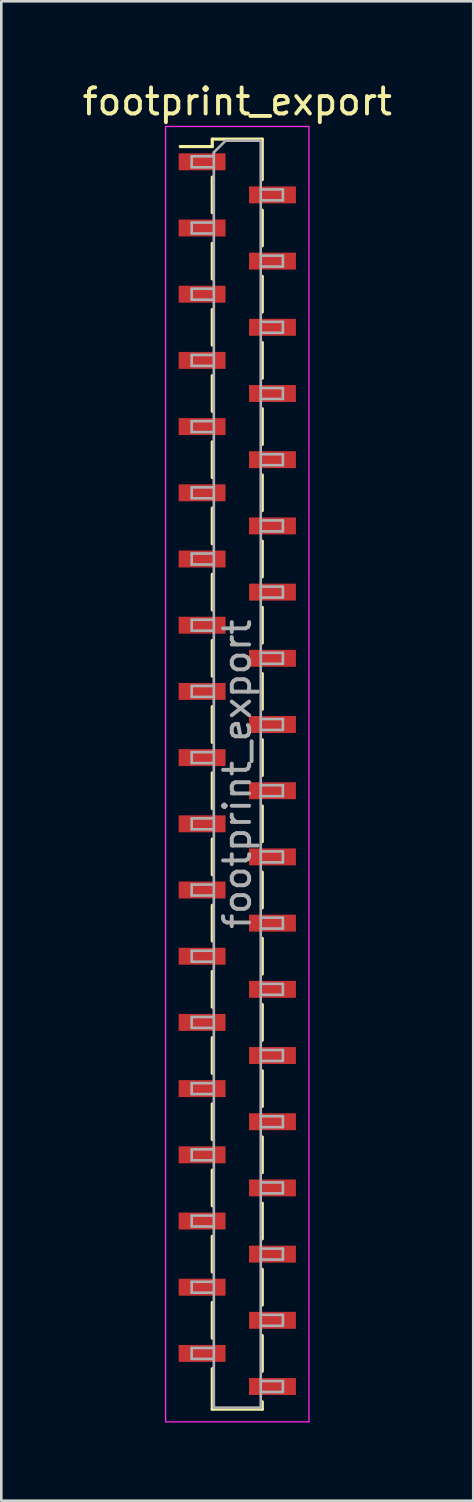
<source format=kicad_pcb>
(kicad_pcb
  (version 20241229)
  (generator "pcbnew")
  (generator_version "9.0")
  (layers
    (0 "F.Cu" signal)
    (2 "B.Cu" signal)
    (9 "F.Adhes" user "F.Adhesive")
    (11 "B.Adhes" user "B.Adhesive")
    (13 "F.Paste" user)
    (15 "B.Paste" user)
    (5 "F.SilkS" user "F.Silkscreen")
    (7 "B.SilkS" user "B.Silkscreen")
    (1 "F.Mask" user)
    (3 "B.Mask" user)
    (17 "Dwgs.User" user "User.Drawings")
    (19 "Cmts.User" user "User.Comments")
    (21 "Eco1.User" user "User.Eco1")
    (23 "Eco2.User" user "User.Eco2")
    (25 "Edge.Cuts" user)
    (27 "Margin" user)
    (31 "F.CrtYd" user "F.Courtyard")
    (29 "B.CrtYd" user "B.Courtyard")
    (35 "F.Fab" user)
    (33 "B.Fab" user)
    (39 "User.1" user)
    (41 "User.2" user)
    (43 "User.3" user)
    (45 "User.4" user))
  (footprint "footprint_export"
    (layer "F.Cu")
    (at 6.054 26.653)
    (property "Reference" "footprint_export" (at 0 -25.805 0) (layer "F.SilkS") (effects (font (size 1 1) (thickness 0.15))))
    (attr smd)
    (fp_line (start -2.19 -24.08) (end -0.96 -24.08) (stroke (width 0.12) (type solid)) (layer "F.SilkS"))
    (fp_line (start -0.96 -24.365) (end -0.96 -24.08) (stroke (width 0.12) (type solid)) (layer "F.SilkS"))
    (fp_line (start -0.96 -24.365) (end 0.96 -24.365) (stroke (width 0.12) (type solid)) (layer "F.SilkS"))
    (fp_line (start -0.96 -22.91) (end -0.96 -21.54) (stroke (width 0.12) (type solid)) (layer "F.SilkS"))
    (fp_line (start -0.96 -20.37) (end -0.96 -19) (stroke (width 0.12) (type solid)) (layer "F.SilkS"))
    (fp_line (start -0.96 -17.83) (end -0.96 -16.46) (stroke (width 0.12) (type solid)) (layer "F.SilkS"))
    (fp_line (start -0.96 -15.29) (end -0.96 -13.92) (stroke (width 0.12) (type solid)) (layer "F.SilkS"))
    (fp_line (start -0.96 -12.75) (end -0.96 -11.38) (stroke (width 0.12) (type solid)) (layer "F.SilkS"))
    (fp_line (start -0.96 -10.21) (end -0.96 -8.84) (stroke (width 0.12) (type solid)) (layer "F.SilkS"))
    (fp_line (start -0.96 -7.67) (end -0.96 -6.3) (stroke (width 0.12) (type solid)) (layer "F.SilkS"))
    (fp_line (start -0.96 -5.13) (end -0.96 -3.76) (stroke (width 0.12) (type solid)) (layer "F.SilkS"))
    (fp_line (start -0.96 -2.59) (end -0.96 -1.22) (stroke (width 0.12) (type solid)) (layer "F.SilkS"))
    (fp_line (start -0.96 -0.05) (end -0.96 1.32) (stroke (width 0.12) (type solid)) (layer "F.SilkS"))
    (fp_line (start -0.96 2.49) (end -0.96 3.86) (stroke (width 0.12) (type solid)) (layer "F.SilkS"))
    (fp_line (start -0.96 5.03) (end -0.96 6.4) (stroke (width 0.12) (type solid)) (layer "F.SilkS"))
    (fp_line (start -0.96 7.57) (end -0.96 8.94) (stroke (width 0.12) (type solid)) (layer "F.SilkS"))
    (fp_line (start -0.96 10.11) (end -0.96 11.48) (stroke (width 0.12) (type solid)) (layer "F.SilkS"))
    (fp_line (start -0.96 12.65) (end -0.96 14.02) (stroke (width 0.12) (type solid)) (layer "F.SilkS"))
    (fp_line (start -0.96 15.19) (end -0.96 16.56) (stroke (width 0.12) (type solid)) (layer "F.SilkS"))
    (fp_line (start -0.96 17.73) (end -0.96 19.1) (stroke (width 0.12) (type solid)) (layer "F.SilkS"))
    (fp_line (start -0.96 20.27) (end -0.96 21.64) (stroke (width 0.12) (type solid)) (layer "F.SilkS"))
    (fp_line (start -0.96 22.81) (end -0.96 24.365) (stroke (width 0.12) (type solid)) (layer "F.SilkS"))
    (fp_line (start -0.96 24.365) (end 0.96 24.365) (stroke (width 0.12) (type solid)) (layer "F.SilkS"))
    (fp_line (start 0.96 -24.365) (end 0.96 -22.81) (stroke (width 0.12) (type solid)) (layer "F.SilkS"))
    (fp_line (start 0.96 -21.64) (end 0.96 -20.27) (stroke (width 0.12) (type solid)) (layer "F.SilkS"))
    (fp_line (start 0.96 -19.1) (end 0.96 -17.73) (stroke (width 0.12) (type solid)) (layer "F.SilkS"))
    (fp_line (start 0.96 -16.56) (end 0.96 -15.19) (stroke (width 0.12) (type solid)) (layer "F.SilkS"))
    (fp_line (start 0.96 -14.02) (end 0.96 -12.65) (stroke (width 0.12) (type solid)) (layer "F.SilkS"))
    (fp_line (start 0.96 -11.48) (end 0.96 -10.11) (stroke (width 0.12) (type solid)) (layer "F.SilkS"))
    (fp_line (start 0.96 -8.94) (end 0.96 -7.57) (stroke (width 0.12) (type solid)) (layer "F.SilkS"))
    (fp_line (start 0.96 -6.4) (end 0.96 -5.03) (stroke (width 0.12) (type solid)) (layer "F.SilkS"))
    (fp_line (start 0.96 -3.86) (end 0.96 -2.49) (stroke (width 0.12) (type solid)) (layer "F.SilkS"))
    (fp_line (start 0.96 -1.32) (end 0.96 0.05) (stroke (width 0.12) (type solid)) (layer "F.SilkS"))
    (fp_line (start 0.96 1.22) (end 0.96 2.59) (stroke (width 0.12) (type solid)) (layer "F.SilkS"))
    (fp_line (start 0.96 3.76) (end 0.96 5.13) (stroke (width 0.12) (type solid)) (layer "F.SilkS"))
    (fp_line (start 0.96 6.3) (end 0.96 7.67) (stroke (width 0.12) (type solid)) (layer "F.SilkS"))
    (fp_line (start 0.96 8.84) (end 0.96 10.21) (stroke (width 0.12) (type solid)) (layer "F.SilkS"))
    (fp_line (start 0.96 11.38) (end 0.96 12.75) (stroke (width 0.12) (type solid)) (layer "F.SilkS"))
    (fp_line (start 0.96 13.92) (end 0.96 15.29) (stroke (width 0.12) (type solid)) (layer "F.SilkS"))
    (fp_line (start 0.96 16.46) (end 0.96 17.83) (stroke (width 0.12) (type solid)) (layer "F.SilkS"))
    (fp_line (start 0.96 19) (end 0.96 20.37) (stroke (width 0.12) (type solid)) (layer "F.SilkS"))
    (fp_line (start 0.96 21.54) (end 0.96 22.91) (stroke (width 0.12) (type solid)) (layer "F.SilkS"))
    (fp_line (start 0.96 24.08) (end 0.96 24.365) (stroke (width 0.12) (type solid)) (layer "F.SilkS"))
    (fp_line (start -2.75 -24.85) (end 2.75 -24.85) (stroke (width 0.05) (type solid)) (layer "F.CrtYd"))
    (fp_line (start -2.75 24.85) (end -2.75 -24.85) (stroke (width 0.05) (type solid)) (layer "F.CrtYd"))
    (fp_line (start 2.75 -24.85) (end 2.75 24.85) (stroke (width 0.05) (type solid)) (layer "F.CrtYd"))
    (fp_line (start 2.75 24.85) (end -2.75 24.85) (stroke (width 0.05) (type solid)) (layer "F.CrtYd"))
    (fp_line (start -1.75 -23.705) (end -0.9 -23.705) (stroke (width 0.1) (type solid)) (layer "F.Fab"))
    (fp_line (start -1.75 -23.285) (end -1.75 -23.705) (stroke (width 0.1) (type solid)) (layer "F.Fab"))
    (fp_line (start -1.75 -21.165) (end -0.9 -21.165) (stroke (width 0.1) (type solid)) (layer "F.Fab"))
    (fp_line (start -1.75 -20.745) (end -1.75 -21.165) (stroke (width 0.1) (type solid)) (layer "F.Fab"))
    (fp_line (start -1.75 -18.625) (end -0.9 -18.625) (stroke (width 0.1) (type solid)) (layer "F.Fab"))
    (fp_line (start -1.75 -18.205) (end -1.75 -18.625) (stroke (width 0.1) (type solid)) (layer "F.Fab"))
    (fp_line (start -1.75 -16.085) (end -0.9 -16.085) (stroke (width 0.1) (type solid)) (layer "F.Fab"))
    (fp_line (start -1.75 -15.665) (end -1.75 -16.085) (stroke (width 0.1) (type solid)) (layer "F.Fab"))
    (fp_line (start -1.75 -13.545) (end -0.9 -13.545) (stroke (width 0.1) (type solid)) (layer "F.Fab"))
    (fp_line (start -1.75 -13.125) (end -1.75 -13.545) (stroke (width 0.1) (type solid)) (layer "F.Fab"))
    (fp_line (start -1.75 -11.005) (end -0.9 -11.005) (stroke (width 0.1) (type solid)) (layer "F.Fab"))
    (fp_line (start -1.75 -10.585) (end -1.75 -11.005) (stroke (width 0.1) (type solid)) (layer "F.Fab"))
    (fp_line (start -1.75 -8.465) (end -0.9 -8.465) (stroke (width 0.1) (type solid)) (layer "F.Fab"))
    (fp_line (start -1.75 -8.045) (end -1.75 -8.465) (stroke (width 0.1) (type solid)) (layer "F.Fab"))
    (fp_line (start -1.75 -5.925) (end -0.9 -5.925) (stroke (width 0.1) (type solid)) (layer "F.Fab"))
    (fp_line (start -1.75 -5.505) (end -1.75 -5.925) (stroke (width 0.1) (type solid)) (layer "F.Fab"))
    (fp_line (start -1.75 -3.385) (end -0.9 -3.385) (stroke (width 0.1) (type solid)) (layer "F.Fab"))
    (fp_line (start -1.75 -2.965) (end -1.75 -3.385) (stroke (width 0.1) (type solid)) (layer "F.Fab"))
    (fp_line (start -1.75 -0.845) (end -0.9 -0.845) (stroke (width 0.1) (type solid)) (layer "F.Fab"))
    (fp_line (start -1.75 -0.425) (end -1.75 -0.845) (stroke (width 0.1) (type solid)) (layer "F.Fab"))
    (fp_line (start -1.75 1.695) (end -0.9 1.695) (stroke (width 0.1) (type solid)) (layer "F.Fab"))
    (fp_line (start -1.75 2.115) (end -1.75 1.695) (stroke (width 0.1) (type solid)) (layer "F.Fab"))
    (fp_line (start -1.75 4.235) (end -0.9 4.235) (stroke (width 0.1) (type solid)) (layer "F.Fab"))
    (fp_line (start -1.75 4.655) (end -1.75 4.235) (stroke (width 0.1) (type solid)) (layer "F.Fab"))
    (fp_line (start -1.75 6.775) (end -0.9 6.775) (stroke (width 0.1) (type solid)) (layer "F.Fab"))
    (fp_line (start -1.75 7.195) (end -1.75 6.775) (stroke (width 0.1) (type solid)) (layer "F.Fab"))
    (fp_line (start -1.75 9.315) (end -0.9 9.315) (stroke (width 0.1) (type solid)) (layer "F.Fab"))
    (fp_line (start -1.75 9.735) (end -1.75 9.315) (stroke (width 0.1) (type solid)) (layer "F.Fab"))
    (fp_line (start -1.75 11.855) (end -0.9 11.855) (stroke (width 0.1) (type solid)) (layer "F.Fab"))
    (fp_line (start -1.75 12.275) (end -1.75 11.855) (stroke (width 0.1) (type solid)) (layer "F.Fab"))
    (fp_line (start -1.75 14.395) (end -0.9 14.395) (stroke (width 0.1) (type solid)) (layer "F.Fab"))
    (fp_line (start -1.75 14.815) (end -1.75 14.395) (stroke (width 0.1) (type solid)) (layer "F.Fab"))
    (fp_line (start -1.75 16.935) (end -0.9 16.935) (stroke (width 0.1) (type solid)) (layer "F.Fab"))
    (fp_line (start -1.75 17.355) (end -1.75 16.935) (stroke (width 0.1) (type solid)) (layer "F.Fab"))
    (fp_line (start -1.75 19.475) (end -0.9 19.475) (stroke (width 0.1) (type solid)) (layer "F.Fab"))
    (fp_line (start -1.75 19.895) (end -1.75 19.475) (stroke (width 0.1) (type solid)) (layer "F.Fab"))
    (fp_line (start -1.75 22.015) (end -0.9 22.015) (stroke (width 0.1) (type solid)) (layer "F.Fab"))
    (fp_line (start -1.75 22.435) (end -1.75 22.015) (stroke (width 0.1) (type solid)) (layer "F.Fab"))
    (fp_line (start -0.9 -23.855) (end -0.45 -24.305) (stroke (width 0.1) (type solid)) (layer "F.Fab"))
    (fp_line (start -0.9 -23.285) (end -1.75 -23.285) (stroke (width 0.1) (type solid)) (layer "F.Fab"))
    (fp_line (start -0.9 -20.745) (end -1.75 -20.745) (stroke (width 0.1) (type solid)) (layer "F.Fab"))
    (fp_line (start -0.9 -18.205) (end -1.75 -18.205) (stroke (width 0.1) (type solid)) (layer "F.Fab"))
    (fp_line (start -0.9 -15.665) (end -1.75 -15.665) (stroke (width 0.1) (type solid)) (layer "F.Fab"))
    (fp_line (start -0.9 -13.125) (end -1.75 -13.125) (stroke (width 0.1) (type solid)) (layer "F.Fab"))
    (fp_line (start -0.9 -10.585) (end -1.75 -10.585) (stroke (width 0.1) (type solid)) (layer "F.Fab"))
    (fp_line (start -0.9 -8.045) (end -1.75 -8.045) (stroke (width 0.1) (type solid)) (layer "F.Fab"))
    (fp_line (start -0.9 -5.505) (end -1.75 -5.505) (stroke (width 0.1) (type solid)) (layer "F.Fab"))
    (fp_line (start -0.9 -2.965) (end -1.75 -2.965) (stroke (width 0.1) (type solid)) (layer "F.Fab"))
    (fp_line (start -0.9 -0.425) (end -1.75 -0.425) (stroke (width 0.1) (type solid)) (layer "F.Fab"))
    (fp_line (start -0.9 2.115) (end -1.75 2.115) (stroke (width 0.1) (type solid)) (layer "F.Fab"))
    (fp_line (start -0.9 4.655) (end -1.75 4.655) (stroke (width 0.1) (type solid)) (layer "F.Fab"))
    (fp_line (start -0.9 7.195) (end -1.75 7.195) (stroke (width 0.1) (type solid)) (layer "F.Fab"))
    (fp_line (start -0.9 9.735) (end -1.75 9.735) (stroke (width 0.1) (type solid)) (layer "F.Fab"))
    (fp_line (start -0.9 12.275) (end -1.75 12.275) (stroke (width 0.1) (type solid)) (layer "F.Fab"))
    (fp_line (start -0.9 14.815) (end -1.75 14.815) (stroke (width 0.1) (type solid)) (layer "F.Fab"))
    (fp_line (start -0.9 17.355) (end -1.75 17.355) (stroke (width 0.1) (type solid)) (layer "F.Fab"))
    (fp_line (start -0.9 19.895) (end -1.75 19.895) (stroke (width 0.1) (type solid)) (layer "F.Fab"))
    (fp_line (start -0.9 22.435) (end -1.75 22.435) (stroke (width 0.1) (type solid)) (layer "F.Fab"))
    (fp_line (start -0.9 24.305) (end -0.9 -23.855) (stroke (width 0.1) (type solid)) (layer "F.Fab"))
    (fp_line (start -0.45 -24.305) (end 0.9 -24.305) (stroke (width 0.1) (type solid)) (layer "F.Fab"))
    (fp_line (start 0.9 -24.305) (end 0.9 24.305) (stroke (width 0.1) (type solid)) (layer "F.Fab"))
    (fp_line (start 0.9 -22.435) (end 1.75 -22.435) (stroke (width 0.1) (type solid)) (layer "F.Fab"))
    (fp_line (start 0.9 -19.895) (end 1.75 -19.895) (stroke (width 0.1) (type solid)) (layer "F.Fab"))
    (fp_line (start 0.9 -17.355) (end 1.75 -17.355) (stroke (width 0.1) (type solid)) (layer "F.Fab"))
    (fp_line (start 0.9 -14.815) (end 1.75 -14.815) (stroke (width 0.1) (type solid)) (layer "F.Fab"))
    (fp_line (start 0.9 -12.275) (end 1.75 -12.275) (stroke (width 0.1) (type solid)) (layer "F.Fab"))
    (fp_line (start 0.9 -9.735) (end 1.75 -9.735) (stroke (width 0.1) (type solid)) (layer "F.Fab"))
    (fp_line (start 0.9 -7.195) (end 1.75 -7.195) (stroke (width 0.1) (type solid)) (layer "F.Fab"))
    (fp_line (start 0.9 -4.655) (end 1.75 -4.655) (stroke (width 0.1) (type solid)) (layer "F.Fab"))
    (fp_line (start 0.9 -2.115) (end 1.75 -2.115) (stroke (width 0.1) (type solid)) (layer "F.Fab"))
    (fp_line (start 0.9 0.425) (end 1.75 0.425) (stroke (width 0.1) (type solid)) (layer "F.Fab"))
    (fp_line (start 0.9 2.965) (end 1.75 2.965) (stroke (width 0.1) (type solid)) (layer "F.Fab"))
    (fp_line (start 0.9 5.505) (end 1.75 5.505) (stroke (width 0.1) (type solid)) (layer "F.Fab"))
    (fp_line (start 0.9 8.045) (end 1.75 8.045) (stroke (width 0.1) (type solid)) (layer "F.Fab"))
    (fp_line (start 0.9 10.585) (end 1.75 10.585) (stroke (width 0.1) (type solid)) (layer "F.Fab"))
    (fp_line (start 0.9 13.125) (end 1.75 13.125) (stroke (width 0.1) (type solid)) (layer "F.Fab"))
    (fp_line (start 0.9 15.665) (end 1.75 15.665) (stroke (width 0.1) (type solid)) (layer "F.Fab"))
    (fp_line (start 0.9 18.205) (end 1.75 18.205) (stroke (width 0.1) (type solid)) (layer "F.Fab"))
    (fp_line (start 0.9 20.745) (end 1.75 20.745) (stroke (width 0.1) (type solid)) (layer "F.Fab"))
    (fp_line (start 0.9 23.285) (end 1.75 23.285) (stroke (width 0.1) (type solid)) (layer "F.Fab"))
    (fp_line (start 0.9 24.305) (end -0.9 24.305) (stroke (width 0.1) (type solid)) (layer "F.Fab"))
    (fp_line (start 1.75 -22.435) (end 1.75 -22.015) (stroke (width 0.1) (type solid)) (layer "F.Fab"))
    (fp_line (start 1.75 -22.015) (end 0.9 -22.015) (stroke (width 0.1) (type solid)) (layer "F.Fab"))
    (fp_line (start 1.75 -19.895) (end 1.75 -19.475) (stroke (width 0.1) (type solid)) (layer "F.Fab"))
    (fp_line (start 1.75 -19.475) (end 0.9 -19.475) (stroke (width 0.1) (type solid)) (layer "F.Fab"))
    (fp_line (start 1.75 -17.355) (end 1.75 -16.935) (stroke (width 0.1) (type solid)) (layer "F.Fab"))
    (fp_line (start 1.75 -16.935) (end 0.9 -16.935) (stroke (width 0.1) (type solid)) (layer "F.Fab"))
    (fp_line (start 1.75 -14.815) (end 1.75 -14.395) (stroke (width 0.1) (type solid)) (layer "F.Fab"))
    (fp_line (start 1.75 -14.395) (end 0.9 -14.395) (stroke (width 0.1) (type solid)) (layer "F.Fab"))
    (fp_line (start 1.75 -12.275) (end 1.75 -11.855) (stroke (width 0.1) (type solid)) (layer "F.Fab"))
    (fp_line (start 1.75 -11.855) (end 0.9 -11.855) (stroke (width 0.1) (type solid)) (layer "F.Fab"))
    (fp_line (start 1.75 -9.735) (end 1.75 -9.315) (stroke (width 0.1) (type solid)) (layer "F.Fab"))
    (fp_line (start 1.75 -9.315) (end 0.9 -9.315) (stroke (width 0.1) (type solid)) (layer "F.Fab"))
    (fp_line (start 1.75 -7.195) (end 1.75 -6.775) (stroke (width 0.1) (type solid)) (layer "F.Fab"))
    (fp_line (start 1.75 -6.775) (end 0.9 -6.775) (stroke (width 0.1) (type solid)) (layer "F.Fab"))
    (fp_line (start 1.75 -4.655) (end 1.75 -4.235) (stroke (width 0.1) (type solid)) (layer "F.Fab"))
    (fp_line (start 1.75 -4.235) (end 0.9 -4.235) (stroke (width 0.1) (type solid)) (layer "F.Fab"))
    (fp_line (start 1.75 -2.115) (end 1.75 -1.695) (stroke (width 0.1) (type solid)) (layer "F.Fab"))
    (fp_line (start 1.75 -1.695) (end 0.9 -1.695) (stroke (width 0.1) (type solid)) (layer "F.Fab"))
    (fp_line (start 1.75 0.425) (end 1.75 0.845) (stroke (width 0.1) (type solid)) (layer "F.Fab"))
    (fp_line (start 1.75 0.845) (end 0.9 0.845) (stroke (width 0.1) (type solid)) (layer "F.Fab"))
    (fp_line (start 1.75 2.965) (end 1.75 3.385) (stroke (width 0.1) (type solid)) (layer "F.Fab"))
    (fp_line (start 1.75 3.385) (end 0.9 3.385) (stroke (width 0.1) (type solid)) (layer "F.Fab"))
    (fp_line (start 1.75 5.505) (end 1.75 5.925) (stroke (width 0.1) (type solid)) (layer "F.Fab"))
    (fp_line (start 1.75 5.925) (end 0.9 5.925) (stroke (width 0.1) (type solid)) (layer "F.Fab"))
    (fp_line (start 1.75 8.045) (end 1.75 8.465) (stroke (width 0.1) (type solid)) (layer "F.Fab"))
    (fp_line (start 1.75 8.465) (end 0.9 8.465) (stroke (width 0.1) (type solid)) (layer "F.Fab"))
    (fp_line (start 1.75 10.585) (end 1.75 11.005) (stroke (width 0.1) (type solid)) (layer "F.Fab"))
    (fp_line (start 1.75 11.005) (end 0.9 11.005) (stroke (width 0.1) (type solid)) (layer "F.Fab"))
    (fp_line (start 1.75 13.125) (end 1.75 13.545) (stroke (width 0.1) (type solid)) (layer "F.Fab"))
    (fp_line (start 1.75 13.545) (end 0.9 13.545) (stroke (width 0.1) (type solid)) (layer "F.Fab"))
    (fp_line (start 1.75 15.665) (end 1.75 16.085) (stroke (width 0.1) (type solid)) (layer "F.Fab"))
    (fp_line (start 1.75 16.085) (end 0.9 16.085) (stroke (width 0.1) (type solid)) (layer "F.Fab"))
    (fp_line (start 1.75 18.205) (end 1.75 18.625) (stroke (width 0.1) (type solid)) (layer "F.Fab"))
    (fp_line (start 1.75 18.625) (end 0.9 18.625) (stroke (width 0.1) (type solid)) (layer "F.Fab"))
    (fp_line (start 1.75 20.745) (end 1.75 21.165) (stroke (width 0.1) (type solid)) (layer "F.Fab"))
    (fp_line (start 1.75 21.165) (end 0.9 21.165) (stroke (width 0.1) (type solid)) (layer "F.Fab"))
    (fp_line (start 1.75 23.285) (end 1.75 23.705) (stroke (width 0.1) (type solid)) (layer "F.Fab"))
    (fp_line (start 1.75 23.705) (end 0.9 23.705) (stroke (width 0.1) (type solid)) (layer "F.Fab"))
    (fp_text user "${REFERENCE}" (at 0 0 90) (layer "F.Fab") (effects (font (size 1 1) (thickness 0.15))))
    (pad "1" smd rect (at -1.35 -23.495) (size 1.8 0.65) (layers "F.Cu" "F.Mask" "F.Paste"))
    (pad "2" smd rect (at 1.35 -22.225) (size 1.8 0.65) (layers "F.Cu" "F.Mask" "F.Paste"))
    (pad "3" smd rect (at -1.35 -20.955) (size 1.8 0.65) (layers "F.Cu" "F.Mask" "F.Paste"))
    (pad "4" smd rect (at 1.35 -19.685) (size 1.8 0.65) (layers "F.Cu" "F.Mask" "F.Paste"))
    (pad "5" smd rect (at -1.35 -18.415) (size 1.8 0.65) (layers "F.Cu" "F.Mask" "F.Paste"))
    (pad "6" smd rect (at 1.35 -17.145) (size 1.8 0.65) (layers "F.Cu" "F.Mask" "F.Paste"))
    (pad "7" smd rect (at -1.35 -15.875) (size 1.8 0.65) (layers "F.Cu" "F.Mask" "F.Paste"))
    (pad "8" smd rect (at 1.35 -14.605) (size 1.8 0.65) (layers "F.Cu" "F.Mask" "F.Paste"))
    (pad "9" smd rect (at -1.35 -13.335) (size 1.8 0.65) (layers "F.Cu" "F.Mask" "F.Paste"))
    (pad "10" smd rect (at 1.35 -12.065) (size 1.8 0.65) (layers "F.Cu" "F.Mask" "F.Paste"))
    (pad "11" smd rect (at -1.35 -10.795) (size 1.8 0.65) (layers "F.Cu" "F.Mask" "F.Paste"))
    (pad "12" smd rect (at 1.35 -9.525) (size 1.8 0.65) (layers "F.Cu" "F.Mask" "F.Paste"))
    (pad "13" smd rect (at -1.35 -8.255) (size 1.8 0.65) (layers "F.Cu" "F.Mask" "F.Paste"))
    (pad "14" smd rect (at 1.35 -6.985) (size 1.8 0.65) (layers "F.Cu" "F.Mask" "F.Paste"))
    (pad "15" smd rect (at -1.35 -5.715) (size 1.8 0.65) (layers "F.Cu" "F.Mask" "F.Paste"))
    (pad "16" smd rect (at 1.35 -4.445) (size 1.8 0.65) (layers "F.Cu" "F.Mask" "F.Paste"))
    (pad "17" smd rect (at -1.35 -3.175) (size 1.8 0.65) (layers "F.Cu" "F.Mask" "F.Paste"))
    (pad "18" smd rect (at 1.35 -1.905) (size 1.8 0.65) (layers "F.Cu" "F.Mask" "F.Paste"))
    (pad "19" smd rect (at -1.35 -0.635) (size 1.8 0.65) (layers "F.Cu" "F.Mask" "F.Paste"))
    (pad "20" smd rect (at 1.35 0.635) (size 1.8 0.65) (layers "F.Cu" "F.Mask" "F.Paste"))
    (pad "21" smd rect (at -1.35 1.905) (size 1.8 0.65) (layers "F.Cu" "F.Mask" "F.Paste"))
    (pad "22" smd rect (at 1.35 3.175) (size 1.8 0.65) (layers "F.Cu" "F.Mask" "F.Paste"))
    (pad "23" smd rect (at -1.35 4.445) (size 1.8 0.65) (layers "F.Cu" "F.Mask" "F.Paste"))
    (pad "24" smd rect (at 1.35 5.715) (size 1.8 0.65) (layers "F.Cu" "F.Mask" "F.Paste"))
    (pad "25" smd rect (at -1.35 6.985) (size 1.8 0.65) (layers "F.Cu" "F.Mask" "F.Paste"))
    (pad "26" smd rect (at 1.35 8.255) (size 1.8 0.65) (layers "F.Cu" "F.Mask" "F.Paste"))
    (pad "27" smd rect (at -1.35 9.525) (size 1.8 0.65) (layers "F.Cu" "F.Mask" "F.Paste"))
    (pad "28" smd rect (at 1.35 10.795) (size 1.8 0.65) (layers "F.Cu" "F.Mask" "F.Paste"))
    (pad "29" smd rect (at -1.35 12.065) (size 1.8 0.65) (layers "F.Cu" "F.Mask" "F.Paste"))
    (pad "30" smd rect (at 1.35 13.335) (size 1.8 0.65) (layers "F.Cu" "F.Mask" "F.Paste"))
    (pad "31" smd rect (at -1.35 14.605) (size 1.8 0.65) (layers "F.Cu" "F.Mask" "F.Paste"))
    (pad "32" smd rect (at 1.35 15.875) (size 1.8 0.65) (layers "F.Cu" "F.Mask" "F.Paste"))
    (pad "33" smd rect (at -1.35 17.145) (size 1.8 0.65) (layers "F.Cu" "F.Mask" "F.Paste"))
    (pad "34" smd rect (at 1.35 18.415) (size 1.8 0.65) (layers "F.Cu" "F.Mask" "F.Paste"))
    (pad "35" smd rect (at -1.35 19.685) (size 1.8 0.65) (layers "F.Cu" "F.Mask" "F.Paste"))
    (pad "36" smd rect (at 1.35 20.955) (size 1.8 0.65) (layers "F.Cu" "F.Mask" "F.Paste"))
    (pad "37" smd rect (at -1.35 22.225) (size 1.8 0.65) (layers "F.Cu" "F.Mask" "F.Paste"))
    (pad "38" smd rect (at 1.35 23.495) (size 1.8 0.65) (layers "F.Cu" "F.Mask" "F.Paste")))
  (gr_rect
    (start -3 -3)
    (end 15.107 54.528)
    (stroke (width 0.1) (type default))
    (fill no)
    (layer "Edge.Cuts")))
</source>
